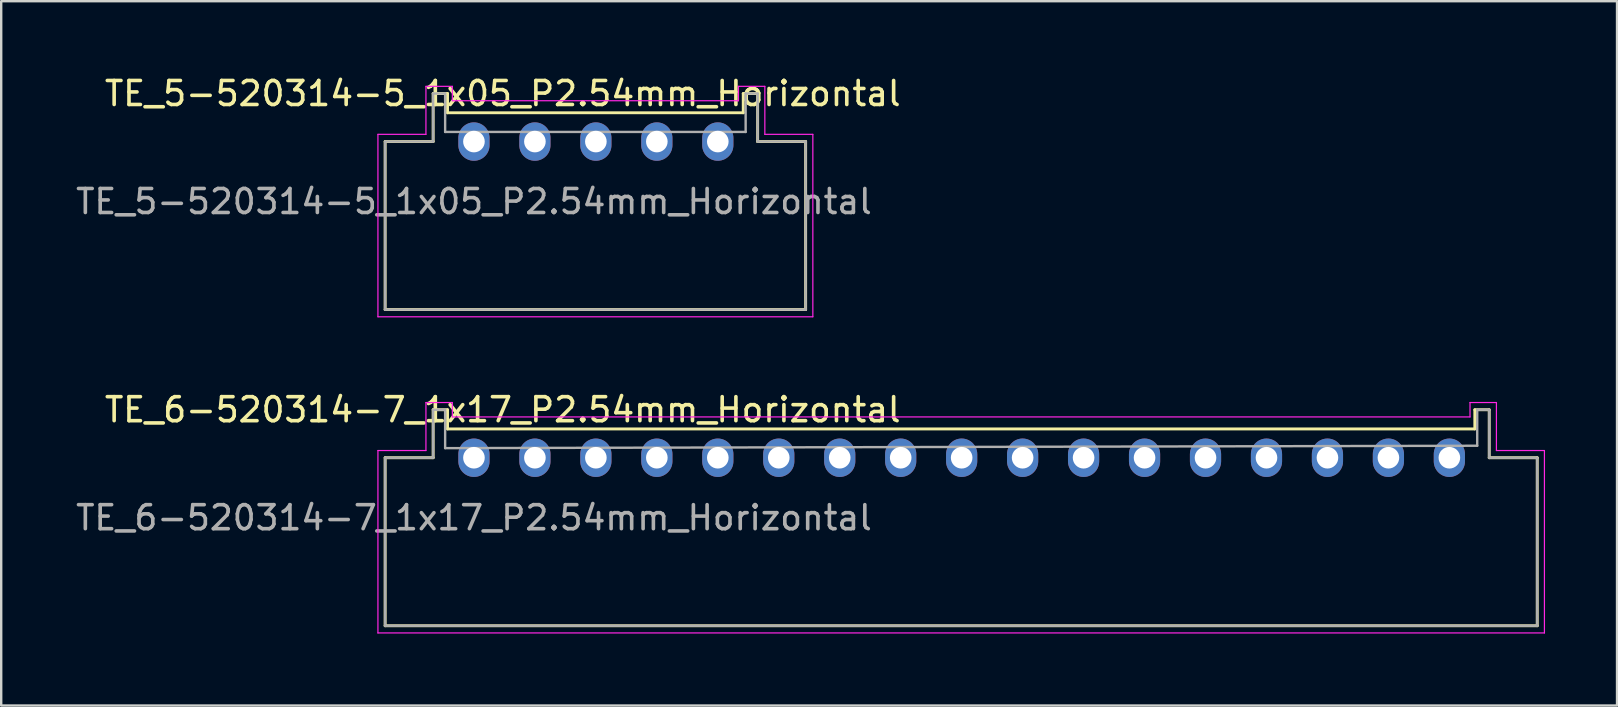
<source format=kicad_pcb>
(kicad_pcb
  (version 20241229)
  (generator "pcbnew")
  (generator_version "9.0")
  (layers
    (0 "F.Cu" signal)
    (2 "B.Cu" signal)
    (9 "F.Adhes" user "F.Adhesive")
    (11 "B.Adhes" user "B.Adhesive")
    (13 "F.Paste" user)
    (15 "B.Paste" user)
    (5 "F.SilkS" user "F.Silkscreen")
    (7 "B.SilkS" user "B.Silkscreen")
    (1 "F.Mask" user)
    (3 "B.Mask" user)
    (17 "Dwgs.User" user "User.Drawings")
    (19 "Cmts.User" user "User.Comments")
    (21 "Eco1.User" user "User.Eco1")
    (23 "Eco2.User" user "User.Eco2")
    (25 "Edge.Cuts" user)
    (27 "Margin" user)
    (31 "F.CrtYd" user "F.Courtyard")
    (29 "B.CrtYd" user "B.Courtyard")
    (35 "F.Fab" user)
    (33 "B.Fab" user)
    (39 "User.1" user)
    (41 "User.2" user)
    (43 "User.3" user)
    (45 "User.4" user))
  (footprint "TE_5-520314-5_1x05_P2.54mm_Horizontal"
    (layer "F.Cu")
    (at 16.696 2.848)
    (property "Reference" "TE_5-520314-5_1x05_P2.54mm_Horizontal" (at 1.2 -2 0) (unlocked yes) (layer "F.SilkS") (effects (font (size 1 1) (thickness 0.15))))
    (attr through_hole)
    (fp_line (start -3.7 0) (end -3.7 7) (stroke (width 0.12) (type default)) (layer "F.SilkS"))
    (fp_line (start -3.7 7) (end 13.82 7) (stroke (width 0.12) (type default)) (layer "F.SilkS"))
    (fp_line (start -1.7 -2) (end -1.7 0) (stroke (width 0.12) (type default)) (layer "F.SilkS"))
    (fp_line (start -1.7 -2) (end -1.1 -2) (stroke (width 0.12) (type default)) (layer "F.SilkS"))
    (fp_line (start -1.7 0) (end -3.7 0) (stroke (width 0.12) (type default)) (layer "F.SilkS"))
    (fp_line (start -1.1 -2) (end -1.1 -1.2) (stroke (width 0.12) (type default)) (layer "F.SilkS"))
    (fp_line (start -1.1 -1.2) (end 11.22 -1.2) (stroke (width 0.12) (type default)) (layer "F.SilkS"))
    (fp_line (start 11.22 -2) (end 11.22 -1.2) (stroke (width 0.12) (type default)) (layer "F.SilkS"))
    (fp_line (start 11.22 -2) (end 11.82 -2) (stroke (width 0.12) (type default)) (layer "F.SilkS"))
    (fp_line (start 11.82 -2) (end 11.82 0) (stroke (width 0.12) (type default)) (layer "F.SilkS"))
    (fp_line (start 11.82 0) (end 13.82 0) (stroke (width 0.12) (type default)) (layer "F.SilkS"))
    (fp_line (start 13.82 7) (end 13.82 0) (stroke (width 0.12) (type default)) (layer "F.SilkS"))
    (fp_line (start -4 -0.3) (end -2 -0.3) (stroke (width 0.05) (type default)) (layer "F.CrtYd"))
    (fp_line (start -4 7.3) (end -4 -0.3) (stroke (width 0.05) (type default)) (layer "F.CrtYd"))
    (fp_line (start -2 -2.3) (end -0.9 -2.3) (stroke (width 0.05) (type default)) (layer "F.CrtYd"))
    (fp_line (start -2 -0.3) (end -2 -2.3) (stroke (width 0.05) (type default)) (layer "F.CrtYd"))
    (fp_line (start -0.9 -2.3) (end -0.9 -1.7) (stroke (width 0.05) (type default)) (layer "F.CrtYd"))
    (fp_line (start -0.9 -1.7) (end 11.02 -1.7) (stroke (width 0.05) (type default)) (layer "F.CrtYd"))
    (fp_line (start 11.02 -2.3) (end 12.12 -2.3) (stroke (width 0.05) (type default)) (layer "F.CrtYd"))
    (fp_line (start 11.02 -1.7) (end 11.02 -2.3) (stroke (width 0.05) (type default)) (layer "F.CrtYd"))
    (fp_line (start 12.12 -2.3) (end 12.12 -0.3) (stroke (width 0.05) (type default)) (layer "F.CrtYd"))
    (fp_line (start 12.12 -0.3) (end 14.12 -0.3) (stroke (width 0.05) (type default)) (layer "F.CrtYd"))
    (fp_line (start 14.12 -0.3) (end 14.12 7.3) (stroke (width 0.05) (type default)) (layer "F.CrtYd"))
    (fp_line (start 14.12 7.3) (end -4 7.3) (stroke (width 0.05) (type default)) (layer "F.CrtYd"))
    (fp_line (start -3.7 0) (end -1.7 0) (stroke (width 0.1) (type default)) (layer "F.Fab"))
    (fp_line (start -3.7 7) (end -3.7 0) (stroke (width 0.1) (type default)) (layer "F.Fab"))
    (fp_line (start -1.7 -2) (end -1.2 -2) (stroke (width 0.1) (type default)) (layer "F.Fab"))
    (fp_line (start -1.7 0) (end -1.7 -2) (stroke (width 0.1) (type default)) (layer "F.Fab"))
    (fp_line (start -1.2 -2) (end -1.2 -0.4) (stroke (width 0.1) (type default)) (layer "F.Fab"))
    (fp_line (start -1.2 -0.4) (end 11.32 -0.4) (stroke (width 0.1) (type default)) (layer "F.Fab"))
    (fp_line (start 11.32 -2) (end 11.82 -2) (stroke (width 0.1) (type default)) (layer "F.Fab"))
    (fp_line (start 11.32 -0.4) (end 11.32 -2) (stroke (width 0.1) (type default)) (layer "F.Fab"))
    (fp_line (start 11.82 -2) (end 11.82 0) (stroke (width 0.1) (type default)) (layer "F.Fab"))
    (fp_line (start 11.82 0) (end 13.82 0) (stroke (width 0.1) (type default)) (layer "F.Fab"))
    (fp_line (start 13.82 0) (end 13.82 7) (stroke (width 0.1) (type default)) (layer "F.Fab"))
    (fp_line (start 13.82 7) (end -3.7 7) (stroke (width 0.1) (type default)) (layer "F.Fab"))
    (fp_text user "${REFERENCE}" (at 0 2.5 0) (unlocked yes) (layer "F.Fab") (effects (font (size 1 1) (thickness 0.15))))
    (pad "1" thru_hole oval (at 0 0) (size 1.3 1.6) (drill 0.9) (layers "*.Cu" "*.Mask"))
    (pad "2" thru_hole oval (at 2.54 0) (size 1.3 1.6) (drill 0.9) (layers "*.Cu" "*.Mask"))
    (pad "3" thru_hole oval (at 5.08 0) (size 1.3 1.6) (drill 0.9) (layers "*.Cu" "*.Mask"))
    (pad "4" thru_hole oval (at 7.62 0) (size 1.3 1.6) (drill 0.9) (layers "*.Cu" "*.Mask"))
    (pad "5" thru_hole oval (at 10.16 0) (size 1.3 1.6) (drill 0.9) (layers "*.Cu" "*.Mask")))
  (footprint "TE_6-520314-7_1x17_P2.54mm_Horizontal"
    (layer "F.Cu")
    (at 16.696 16.021)
    (property "Reference" "TE_6-520314-7_1x17_P2.54mm_Horizontal" (at 1.2 -2 0) (unlocked yes) (layer "F.SilkS") (effects (font (size 1 1) (thickness 0.15))))
    (attr through_hole)
    (fp_line (start -3.7 0) (end -3.7 7) (stroke (width 0.12) (type default)) (layer "F.SilkS"))
    (fp_line (start -3.7 7) (end 44.3 7) (stroke (width 0.12) (type default)) (layer "F.SilkS"))
    (fp_line (start -1.7 -2) (end -1.7 0) (stroke (width 0.12) (type default)) (layer "F.SilkS"))
    (fp_line (start -1.7 -2) (end -1.1 -2) (stroke (width 0.12) (type default)) (layer "F.SilkS"))
    (fp_line (start -1.7 0) (end -3.7 0) (stroke (width 0.12) (type default)) (layer "F.SilkS"))
    (fp_line (start -1.1 -2) (end -1.1 -1.2) (stroke (width 0.12) (type default)) (layer "F.SilkS"))
    (fp_line (start -1.1 -1.2) (end 41.7 -1.2) (stroke (width 0.12) (type default)) (layer "F.SilkS"))
    (fp_line (start 41.7 -2) (end 41.7 -1.2) (stroke (width 0.12) (type default)) (layer "F.SilkS"))
    (fp_line (start 41.7 -2) (end 42.3 -2) (stroke (width 0.12) (type default)) (layer "F.SilkS"))
    (fp_line (start 42.3 -2) (end 42.3 0) (stroke (width 0.12) (type default)) (layer "F.SilkS"))
    (fp_line (start 42.3 0) (end 44.3 0) (stroke (width 0.12) (type default)) (layer "F.SilkS"))
    (fp_line (start 44.3 7) (end 44.3 0) (stroke (width 0.12) (type default)) (layer "F.SilkS"))
    (fp_line (start -4 -0.3) (end -2 -0.3) (stroke (width 0.05) (type default)) (layer "F.CrtYd"))
    (fp_line (start -4 7.3) (end -4 -0.3) (stroke (width 0.05) (type default)) (layer "F.CrtYd"))
    (fp_line (start -2 -2.3) (end -0.9 -2.3) (stroke (width 0.05) (type default)) (layer "F.CrtYd"))
    (fp_line (start -2 -0.3) (end -2 -2.3) (stroke (width 0.05) (type default)) (layer "F.CrtYd"))
    (fp_line (start -0.9 -2.3) (end -0.9 -1.7) (stroke (width 0.05) (type default)) (layer "F.CrtYd"))
    (fp_line (start -0.9 -1.7) (end 41.5 -1.7) (stroke (width 0.05) (type default)) (layer "F.CrtYd"))
    (fp_line (start 41.5 -2.3) (end 42.6 -2.3) (stroke (width 0.05) (type default)) (layer "F.CrtYd"))
    (fp_line (start 41.5 -1.7) (end 41.5 -2.3) (stroke (width 0.05) (type default)) (layer "F.CrtYd"))
    (fp_line (start 42.6 -2.3) (end 42.6 -0.3) (stroke (width 0.05) (type default)) (layer "F.CrtYd"))
    (fp_line (start 42.6 -0.3) (end 44.6 -0.3) (stroke (width 0.05) (type default)) (layer "F.CrtYd"))
    (fp_line (start 44.6 -0.3) (end 44.6 7.3) (stroke (width 0.05) (type default)) (layer "F.CrtYd"))
    (fp_line (start 44.6 7.3) (end -4 7.3) (stroke (width 0.05) (type default)) (layer "F.CrtYd"))
    (fp_line (start -3.7 0) (end -1.7 0) (stroke (width 0.1) (type default)) (layer "F.Fab"))
    (fp_line (start -3.7 7) (end -3.7 0) (stroke (width 0.1) (type default)) (layer "F.Fab"))
    (fp_line (start -1.7 -2) (end -1.2 -2) (stroke (width 0.1) (type default)) (layer "F.Fab"))
    (fp_line (start -1.7 0) (end -1.7 -2) (stroke (width 0.1) (type default)) (layer "F.Fab"))
    (fp_line (start -1.2 -2) (end -1.2 -0.4) (stroke (width 0.1) (type default)) (layer "F.Fab"))
    (fp_line (start -1.2 -0.4) (end 41.8 -0.5) (stroke (width 0.1) (type default)) (layer "F.Fab"))
    (fp_line (start 41.8 -2) (end 42.3 -2) (stroke (width 0.1) (type default)) (layer "F.Fab"))
    (fp_line (start 41.8 -0.5) (end 41.8 -2) (stroke (width 0.1) (type default)) (layer "F.Fab"))
    (fp_line (start 42.3 -2) (end 42.3 0) (stroke (width 0.1) (type default)) (layer "F.Fab"))
    (fp_line (start 42.3 0) (end 44.3 0) (stroke (width 0.1) (type default)) (layer "F.Fab"))
    (fp_line (start 44.3 0) (end 44.3 7) (stroke (width 0.1) (type default)) (layer "F.Fab"))
    (fp_line (start 44.3 7) (end -3.7 7) (stroke (width 0.1) (type default)) (layer "F.Fab"))
    (fp_text user "${REFERENCE}" (at 0 2.5 0) (unlocked yes) (layer "F.Fab") (effects (font (size 1 1) (thickness 0.15))))
    (pad "1" thru_hole oval (at 0 0) (size 1.3 1.6) (drill 0.9) (layers "*.Cu" "*.Mask"))
    (pad "2" thru_hole oval (at 2.54 0) (size 1.3 1.6) (drill 0.9) (layers "*.Cu" "*.Mask"))
    (pad "3" thru_hole oval (at 5.08 0) (size 1.3 1.6) (drill 0.9) (layers "*.Cu" "*.Mask"))
    (pad "4" thru_hole oval (at 7.62 0) (size 1.3 1.6) (drill 0.9) (layers "*.Cu" "*.Mask"))
    (pad "5" thru_hole oval (at 10.16 0) (size 1.3 1.6) (drill 0.9) (layers "*.Cu" "*.Mask"))
    (pad "6" thru_hole oval (at 12.7 0) (size 1.3 1.6) (drill 0.9) (layers "*.Cu" "*.Mask"))
    (pad "7" thru_hole oval (at 15.24 0) (size 1.3 1.6) (drill 0.9) (layers "*.Cu" "*.Mask"))
    (pad "8" thru_hole oval (at 17.78 0) (size 1.3 1.6) (drill 0.9) (layers "*.Cu" "*.Mask"))
    (pad "9" thru_hole oval (at 20.32 0) (size 1.3 1.6) (drill 0.9) (layers "*.Cu" "*.Mask"))
    (pad "10" thru_hole oval (at 22.86 0) (size 1.3 1.6) (drill 0.9) (layers "*.Cu" "*.Mask"))
    (pad "11" thru_hole oval (at 25.4 0) (size 1.3 1.6) (drill 0.9) (layers "*.Cu" "*.Mask"))
    (pad "12" thru_hole oval (at 27.94 0) (size 1.3 1.6) (drill 0.9) (layers "*.Cu" "*.Mask"))
    (pad "13" thru_hole oval (at 30.48 0) (size 1.3 1.6) (drill 0.9) (layers "*.Cu" "*.Mask"))
    (pad "14" thru_hole oval (at 33.02 0) (size 1.3 1.6) (drill 0.9) (layers "*.Cu" "*.Mask"))
    (pad "15" thru_hole oval (at 35.56 0) (size 1.3 1.6) (drill 0.9) (layers "*.Cu" "*.Mask"))
    (pad "16" thru_hole oval (at 38.1 0) (size 1.3 1.6) (drill 0.9) (layers "*.Cu" "*.Mask"))
    (pad "17" thru_hole oval (at 40.64 0) (size 1.3 1.6) (drill 0.9) (layers "*.Cu" "*.Mask")))
  (gr_rect
    (start -3 -3)
    (end 64.321 26.346)
    (stroke (width 0.1) (type default))
    (fill no)
    (layer "Edge.Cuts")))
</source>
